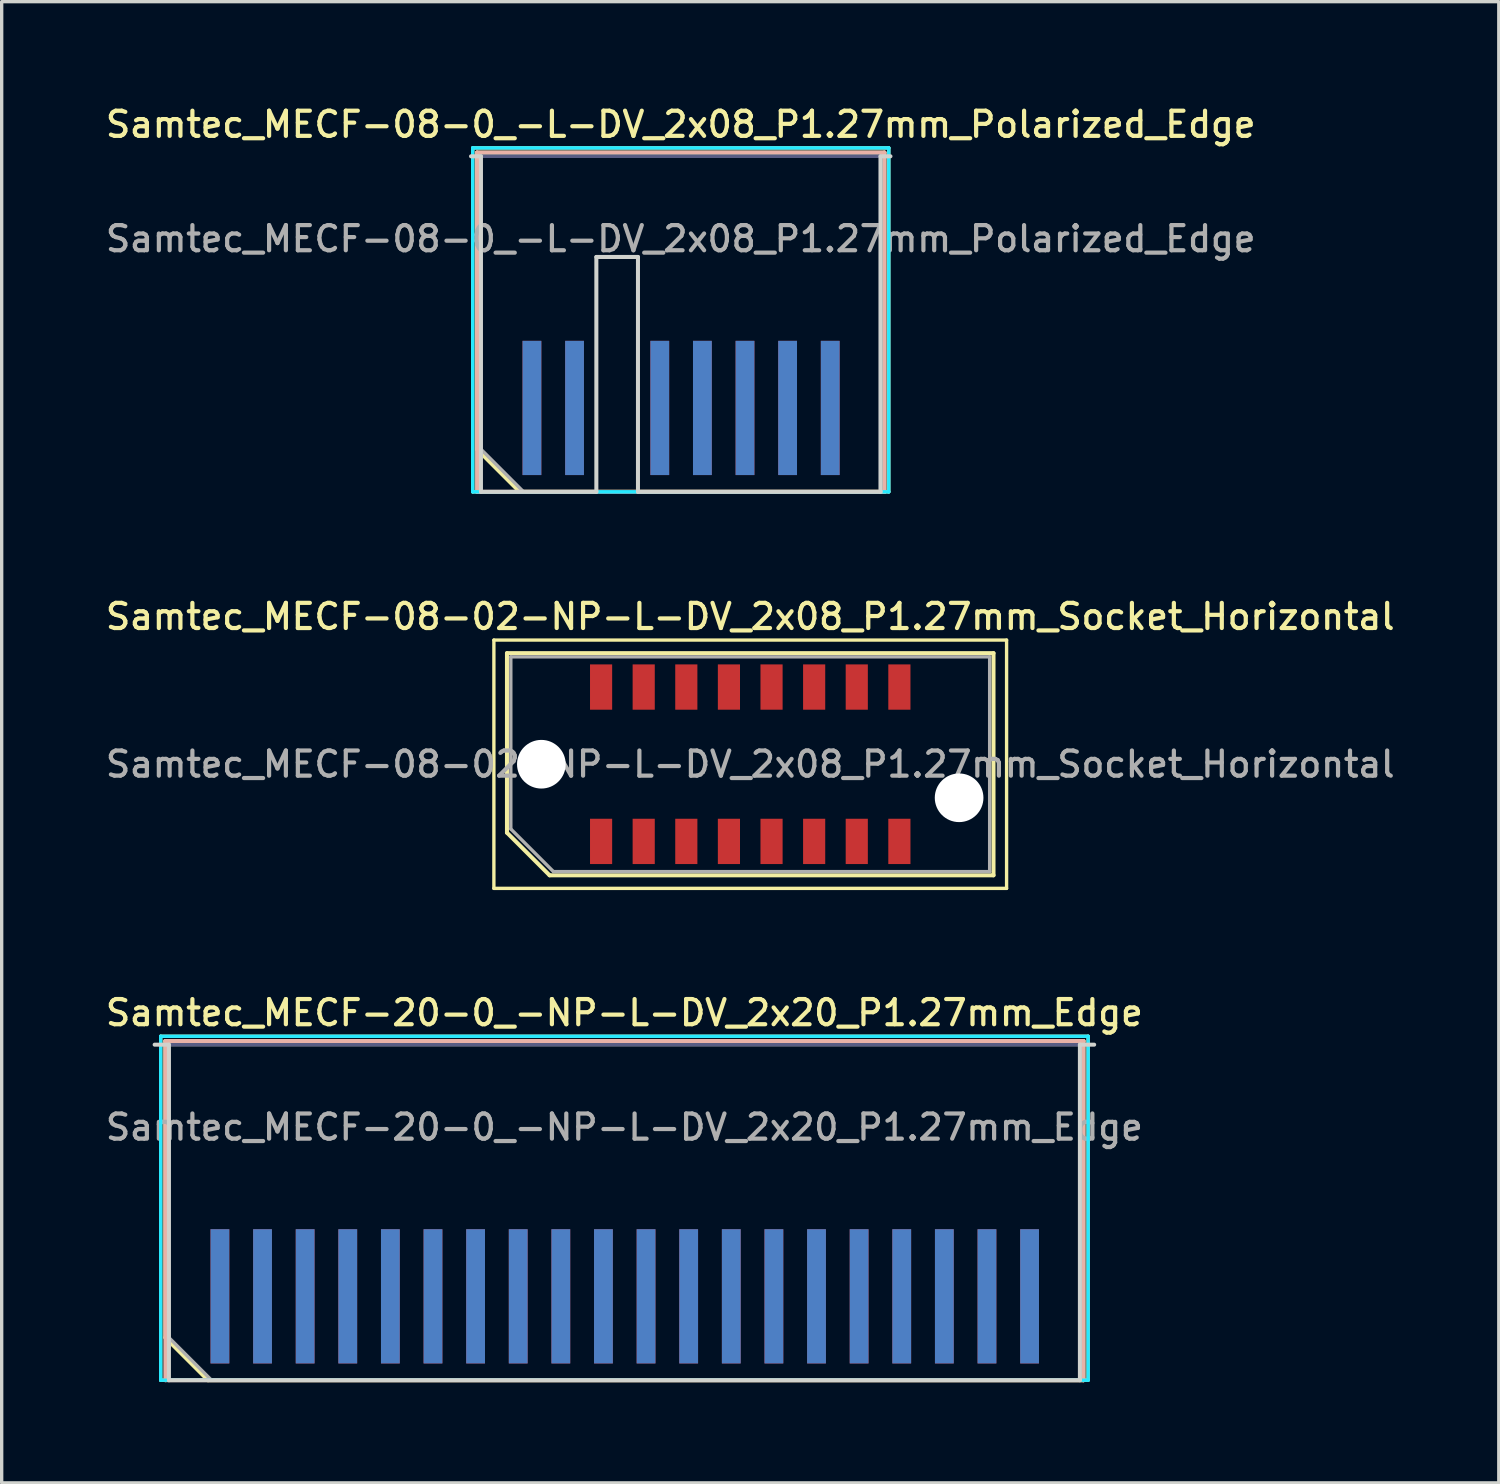
<source format=kicad_pcb>
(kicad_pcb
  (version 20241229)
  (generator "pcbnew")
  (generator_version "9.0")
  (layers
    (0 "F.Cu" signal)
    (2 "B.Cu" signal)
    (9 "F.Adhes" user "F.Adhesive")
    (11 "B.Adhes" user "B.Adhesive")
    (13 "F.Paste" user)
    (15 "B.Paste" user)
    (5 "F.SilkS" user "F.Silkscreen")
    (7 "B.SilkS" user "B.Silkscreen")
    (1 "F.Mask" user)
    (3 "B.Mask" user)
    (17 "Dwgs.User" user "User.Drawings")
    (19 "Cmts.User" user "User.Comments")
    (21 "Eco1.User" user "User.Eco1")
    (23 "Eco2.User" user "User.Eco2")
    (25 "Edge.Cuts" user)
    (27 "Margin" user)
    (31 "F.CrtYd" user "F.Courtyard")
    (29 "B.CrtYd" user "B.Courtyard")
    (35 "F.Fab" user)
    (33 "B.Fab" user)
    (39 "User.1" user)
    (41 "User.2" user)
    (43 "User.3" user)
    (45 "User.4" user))
  (footprint "Samtec_MECF-08-0_-L-DV_2x08_P1.27mm_Polarized_Edge"
    (layer "F.Cu")
    (at 17.238 6.608)
    (property "Reference" "Samtec_MECF-08-0_-L-DV_2x08_P1.27mm_Polarized_Edge" (at 0 -5.95 0) (layer "F.SilkS") (effects (font (size 0.75 0.75) (thickness 0.125))))
    (attr exclude_from_pos_files exclude_from_bom)
    (fp_line (start -6.2 -5.25) (end -6.2 5) (stroke (width 0.1) (type solid)) (layer "F.SilkS"))
    (fp_line (start -6.2 5) (end 6.2 5) (stroke (width 0.1) (type solid)) (layer "F.SilkS"))
    (fp_line (start -6.07 -5.11) (end 6.07 -5.11) (stroke (width 0.12) (type solid)) (layer "F.SilkS"))
    (fp_line (start -6.07 3.73) (end -6.07 -5.11) (stroke (width 0.12) (type solid)) (layer "F.SilkS"))
    (fp_line (start -4.8 5) (end -6.07 3.73) (stroke (width 0.12) (type solid)) (layer "F.SilkS"))
    (fp_line (start -4.8 5) (end 6.07 5) (stroke (width 0.12) (type solid)) (layer "F.SilkS"))
    (fp_line (start 6.07 5) (end 6.07 -5.11) (stroke (width 0.12) (type solid)) (layer "F.SilkS"))
    (fp_line (start 6.2 -5.25) (end -6.2 -5.25) (stroke (width 0.1) (type solid)) (layer "F.SilkS"))
    (fp_line (start 6.2 5) (end 6.2 -5.25) (stroke (width 0.1) (type solid)) (layer "F.SilkS"))
    (fp_line (start -6.07 -5.11) (end 6.07 -5.11) (stroke (width 0.12) (type solid)) (layer "B.SilkS"))
    (fp_line (start -6.07 5) (end -6.07 -5.11) (stroke (width 0.12) (type solid)) (layer "B.SilkS"))
    (fp_line (start -6.07 5) (end 6.07 5) (stroke (width 0.12) (type solid)) (layer "B.SilkS"))
    (fp_line (start 6.07 5) (end 6.07 -5.11) (stroke (width 0.12) (type solid)) (layer "B.SilkS"))
    (fp_line (start -6.25 -5) (end -5.955 -5) (stroke (width 0.12) (type solid)) (layer "Edge.Cuts"))
    (fp_line (start -5.955 5) (end -5.955 -5) (stroke (width 0.12) (type solid)) (layer "Edge.Cuts"))
    (fp_line (start -5.955 5) (end -2.515 5) (stroke (width 0.12) (type solid)) (layer "Edge.Cuts"))
    (fp_line (start -2.515 -2) (end -1.275 -2) (stroke (width 0.12) (type solid)) (layer "Edge.Cuts"))
    (fp_line (start -2.515 5) (end -2.515 -2) (stroke (width 0.12) (type solid)) (layer "Edge.Cuts"))
    (fp_line (start -1.275 5) (end -1.275 -2) (stroke (width 0.12) (type solid)) (layer "Edge.Cuts"))
    (fp_line (start -1.275 5) (end 5.955 5) (stroke (width 0.12) (type solid)) (layer "Edge.Cuts"))
    (fp_line (start 5.955 5) (end 5.955 -5) (stroke (width 0.12) (type solid)) (layer "Edge.Cuts"))
    (fp_line (start 6.25 -5) (end 5.955 -5) (stroke (width 0.12) (type solid)) (layer "Edge.Cuts"))
    (fp_line (start -6.2 -5.25) (end -6.2 5) (stroke (width 0.1) (type solid)) (layer "B.CrtYd"))
    (fp_line (start -6.2 5) (end 6.2 5) (stroke (width 0.1) (type solid)) (layer "B.CrtYd"))
    (fp_line (start 6.2 -5.25) (end -6.2 -5.25) (stroke (width 0.1) (type solid)) (layer "B.CrtYd"))
    (fp_line (start 6.2 5) (end 6.2 -5.25) (stroke (width 0.1) (type solid)) (layer "B.CrtYd"))
    (fp_line (start -5.955 -5) (end 5.955 -5) (stroke (width 0.1) (type solid)) (layer "B.Fab"))
    (fp_line (start -5.955 5) (end -5.955 -5) (stroke (width 0.1) (type solid)) (layer "B.Fab"))
    (fp_line (start -5.955 5) (end 5.955 5) (stroke (width 0.1) (type solid)) (layer "B.Fab"))
    (fp_line (start 5.955 5) (end 5.955 -5) (stroke (width 0.1) (type solid)) (layer "B.Fab"))
    (fp_line (start -5.955 -5) (end 5.955 -5) (stroke (width 0.1) (type solid)) (layer "F.Fab"))
    (fp_line (start -5.955 3.73) (end -5.955 -5) (stroke (width 0.1) (type solid)) (layer "F.Fab"))
    (fp_line (start -5.955 3.73) (end -4.685 5) (stroke (width 0.1) (type solid)) (layer "F.Fab"))
    (fp_line (start -4.685 5) (end 5.955 5) (stroke (width 0.1) (type solid)) (layer "F.Fab"))
    (fp_line (start 5.955 5) (end 5.955 -5) (stroke (width 0.1) (type solid)) (layer "F.Fab"))
    (fp_text user "${REFERENCE}" (at 0 -2.54 0) (layer "F.Fab") (effects (font (size 0.75 0.75) (thickness 0.125))))
    (pad "1" connect rect (at -4.435 2.5) (size 0.56 4) (layers "F.Cu" "F.Mask"))
    (pad "2" connect rect (at -4.435 2.5) (size 0.56 4) (layers "B.Cu" "B.Mask"))
    (pad "3" connect rect (at -3.165 2.5) (size 0.56 4) (layers "F.Cu" "F.Mask"))
    (pad "4" connect rect (at -3.165 2.5) (size 0.56 4) (layers "B.Cu" "B.Mask"))
    (pad "7" connect rect (at -0.625 2.5) (size 0.56 4) (layers "F.Cu" "F.Mask"))
    (pad "8" connect rect (at -0.625 2.5) (size 0.56 4) (layers "B.Cu" "B.Mask"))
    (pad "9" connect rect (at 0.645 2.5) (size 0.56 4) (layers "F.Cu" "F.Mask"))
    (pad "10" connect rect (at 0.645 2.5) (size 0.56 4) (layers "B.Cu" "B.Mask"))
    (pad "11" connect rect (at 1.915 2.5) (size 0.56 4) (layers "F.Cu" "F.Mask"))
    (pad "12" connect rect (at 1.915 2.5) (size 0.56 4) (layers "B.Cu" "B.Mask"))
    (pad "13" connect rect (at 3.185 2.5) (size 0.56 4) (layers "F.Cu" "F.Mask"))
    (pad "14" connect rect (at 3.185 2.5) (size 0.56 4) (layers "B.Cu" "B.Mask"))
    (pad "15" connect rect (at 4.455 2.5) (size 0.56 4) (layers "F.Cu" "F.Mask"))
    (pad "16" connect rect (at 4.455 2.5) (size 0.56 4) (layers "B.Cu" "B.Mask")))
  (footprint "Samtec_MECF-08-02-NP-L-DV_2x08_P1.27mm_Socket_Horizontal"
    (layer "F.Cu")
    (at 19.309 19.726)
    (property "Reference" "Samtec_MECF-08-02-NP-L-DV_2x08_P1.27mm_Socket_Horizontal" (at 0 -4.4 0) (layer "F.SilkS") (effects (font (size 0.75 0.75) (thickness 0.125))))
    (attr smd)
    (fp_line (start -7.64 -3.7) (end -7.64 3.7) (stroke (width 0.1) (type solid)) (layer "F.SilkS"))
    (fp_line (start -7.64 3.7) (end 7.64 3.7) (stroke (width 0.1) (type solid)) (layer "F.SilkS"))
    (fp_line (start -7.25 -3.31) (end 7.25 -3.31) (stroke (width 0.12) (type solid)) (layer "F.SilkS"))
    (fp_line (start -7.25 2.04) (end -7.25 -3.31) (stroke (width 0.12) (type solid)) (layer "F.SilkS"))
    (fp_line (start -5.98 3.31) (end -7.25 2.04) (stroke (width 0.12) (type solid)) (layer "F.SilkS"))
    (fp_line (start -5.98 3.31) (end 7.25 3.31) (stroke (width 0.12) (type solid)) (layer "F.SilkS"))
    (fp_line (start 7.25 3.31) (end 7.25 -3.31) (stroke (width 0.12) (type solid)) (layer "F.SilkS"))
    (fp_line (start 7.64 -3.7) (end -7.64 -3.7) (stroke (width 0.1) (type solid)) (layer "F.SilkS"))
    (fp_line (start 7.64 3.7) (end 7.64 -3.7) (stroke (width 0.1) (type solid)) (layer "F.SilkS"))
    (fp_line (start -7.135 -3.2) (end 7.135 -3.2) (stroke (width 0.1) (type solid)) (layer "F.Fab"))
    (fp_line (start -7.135 1.93) (end -7.135 -3.2) (stroke (width 0.1) (type solid)) (layer "F.Fab"))
    (fp_line (start -7.135 1.93) (end -5.865 3.2) (stroke (width 0.1) (type solid)) (layer "F.Fab"))
    (fp_line (start -5.865 3.2) (end 7.135 3.2) (stroke (width 0.1) (type solid)) (layer "F.Fab"))
    (fp_line (start 7.135 3.2) (end 7.135 -3.2) (stroke (width 0.1) (type solid)) (layer "F.Fab"))
    (fp_text user "${REFERENCE}" (at 0 0 0) (layer "F.Fab") (effects (font (size 0.75 0.75) (thickness 0.125))))
    (pad "" np_thru_hole circle (at -6.225 0) (size 1.45 1.45) (drill 1.45) (layers "*.Cu" "*.Mask"))
    (pad "" np_thru_hole circle (at 6.225 1) (size 1.45 1.45) (drill 1.45) (layers "*.Cu" "*.Mask"))
    (pad "1" smd rect (at -4.445 2.3) (size 0.66 1.35) (layers "F.Cu" "F.Mask" "F.Paste"))
    (pad "2" smd rect (at -4.445 -2.3) (size 0.66 1.35) (layers "F.Cu" "F.Mask" "F.Paste"))
    (pad "3" smd rect (at -3.175 2.3) (size 0.66 1.35) (layers "F.Cu" "F.Mask" "F.Paste"))
    (pad "4" smd rect (at -3.175 -2.3) (size 0.66 1.35) (layers "F.Cu" "F.Mask" "F.Paste"))
    (pad "5" smd rect (at -1.905 2.3) (size 0.66 1.35) (layers "F.Cu" "F.Mask" "F.Paste"))
    (pad "6" smd rect (at -1.905 -2.3) (size 0.66 1.35) (layers "F.Cu" "F.Mask" "F.Paste"))
    (pad "7" smd rect (at -0.635 2.3) (size 0.66 1.35) (layers "F.Cu" "F.Mask" "F.Paste"))
    (pad "8" smd rect (at -0.635 -2.3) (size 0.66 1.35) (layers "F.Cu" "F.Mask" "F.Paste"))
    (pad "9" smd rect (at 0.635 2.3) (size 0.66 1.35) (layers "F.Cu" "F.Mask" "F.Paste"))
    (pad "10" smd rect (at 0.635 -2.3) (size 0.66 1.35) (layers "F.Cu" "F.Mask" "F.Paste"))
    (pad "11" smd rect (at 1.905 2.3) (size 0.66 1.35) (layers "F.Cu" "F.Mask" "F.Paste"))
    (pad "12" smd rect (at 1.905 -2.3) (size 0.66 1.35) (layers "F.Cu" "F.Mask" "F.Paste"))
    (pad "13" smd rect (at 3.175 2.3) (size 0.66 1.35) (layers "F.Cu" "F.Mask" "F.Paste"))
    (pad "14" smd rect (at 3.175 -2.3) (size 0.66 1.35) (layers "F.Cu" "F.Mask" "F.Paste"))
    (pad "15" smd rect (at 4.445 2.3) (size 0.66 1.35) (layers "F.Cu" "F.Mask" "F.Paste"))
    (pad "16" smd rect (at 4.445 -2.3) (size 0.66 1.35) (layers "F.Cu" "F.Mask" "F.Paste")))
  (footprint "Samtec_MECF-20-0_-NP-L-DV_2x20_P1.27mm_Edge"
    (layer "F.Cu")
    (at 15.559 33.084)
    (property "Reference" "Samtec_MECF-20-0_-NP-L-DV_2x20_P1.27mm_Edge" (at 0 -5.95 0) (layer "F.SilkS") (effects (font (size 0.75 0.75) (thickness 0.125))))
    (attr exclude_from_pos_files exclude_from_bom)
    (fp_line (start -13.82 -5.25) (end -13.82 5) (stroke (width 0.1) (type solid)) (layer "F.SilkS"))
    (fp_line (start -13.82 5) (end 13.82 5) (stroke (width 0.1) (type solid)) (layer "F.SilkS"))
    (fp_line (start -13.68 -5.11) (end 13.68 -5.11) (stroke (width 0.12) (type solid)) (layer "F.SilkS"))
    (fp_line (start -13.68 3.73) (end -13.68 -5.11) (stroke (width 0.12) (type solid)) (layer "F.SilkS"))
    (fp_line (start -12.41 5) (end -13.68 3.73) (stroke (width 0.12) (type solid)) (layer "F.SilkS"))
    (fp_line (start -12.41 5) (end 13.68 5) (stroke (width 0.12) (type solid)) (layer "F.SilkS"))
    (fp_line (start 13.68 5) (end 13.68 -5.11) (stroke (width 0.12) (type solid)) (layer "F.SilkS"))
    (fp_line (start 13.82 -5.25) (end -13.82 -5.25) (stroke (width 0.1) (type solid)) (layer "F.SilkS"))
    (fp_line (start 13.82 5) (end 13.82 -5.25) (stroke (width 0.1) (type solid)) (layer "F.SilkS"))
    (fp_line (start -13.68 -5.11) (end 13.68 -5.11) (stroke (width 0.12) (type solid)) (layer "B.SilkS"))
    (fp_line (start -13.68 5) (end -13.68 -5.11) (stroke (width 0.12) (type solid)) (layer "B.SilkS"))
    (fp_line (start -13.68 5) (end 13.68 5) (stroke (width 0.12) (type solid)) (layer "B.SilkS"))
    (fp_line (start 13.68 5) (end 13.68 -5.11) (stroke (width 0.12) (type solid)) (layer "B.SilkS"))
    (fp_line (start -14 -5) (end -13.575 -5) (stroke (width 0.12) (type solid)) (layer "Edge.Cuts"))
    (fp_line (start -13.575 5) (end -13.575 -5) (stroke (width 0.12) (type solid)) (layer "Edge.Cuts"))
    (fp_line (start -13.575 5) (end 13.575 5) (stroke (width 0.12) (type solid)) (layer "Edge.Cuts"))
    (fp_line (start 13.575 5) (end 13.575 -5) (stroke (width 0.12) (type solid)) (layer "Edge.Cuts"))
    (fp_line (start 14 -5) (end 13.575 -5) (stroke (width 0.12) (type solid)) (layer "Edge.Cuts"))
    (fp_line (start -13.82 -5.25) (end -13.82 5) (stroke (width 0.1) (type solid)) (layer "B.CrtYd"))
    (fp_line (start -13.82 5) (end 13.82 5) (stroke (width 0.1) (type solid)) (layer "B.CrtYd"))
    (fp_line (start 13.82 -5.25) (end -13.82 -5.25) (stroke (width 0.1) (type solid)) (layer "B.CrtYd"))
    (fp_line (start 13.82 5) (end 13.82 -5.25) (stroke (width 0.1) (type solid)) (layer "B.CrtYd"))
    (fp_line (start -13.575 -5) (end 13.575 -5) (stroke (width 0.1) (type solid)) (layer "B.Fab"))
    (fp_line (start -13.575 5) (end -13.575 -5) (stroke (width 0.1) (type solid)) (layer "B.Fab"))
    (fp_line (start -13.575 5) (end 13.575 5) (stroke (width 0.1) (type solid)) (layer "B.Fab"))
    (fp_line (start 13.575 5) (end 13.575 -5) (stroke (width 0.1) (type solid)) (layer "B.Fab"))
    (fp_line (start -13.575 -5) (end 13.575 -5) (stroke (width 0.1) (type solid)) (layer "F.Fab"))
    (fp_line (start -13.575 3.73) (end -13.575 -5) (stroke (width 0.1) (type solid)) (layer "F.Fab"))
    (fp_line (start -13.575 3.73) (end -12.305 5) (stroke (width 0.1) (type solid)) (layer "F.Fab"))
    (fp_line (start -12.305 5) (end 13.575 5) (stroke (width 0.1) (type solid)) (layer "F.Fab"))
    (fp_line (start 13.575 5) (end 13.575 -5) (stroke (width 0.1) (type solid)) (layer "F.Fab"))
    (fp_text user "${REFERENCE}" (at 0 -2.54 0) (layer "F.Fab") (effects (font (size 0.75 0.75) (thickness 0.125))))
    (pad "1" connect rect (at -12.055 2.5) (size 0.56 4) (layers "F.Cu" "F.Mask"))
    (pad "2" connect rect (at -12.055 2.5) (size 0.56 4) (layers "B.Cu" "B.Mask"))
    (pad "3" connect rect (at -10.785 2.5) (size 0.56 4) (layers "F.Cu" "F.Mask"))
    (pad "4" connect rect (at -10.785 2.5) (size 0.56 4) (layers "B.Cu" "B.Mask"))
    (pad "5" connect rect (at -9.515 2.5) (size 0.56 4) (layers "F.Cu" "F.Mask"))
    (pad "6" connect rect (at -9.515 2.5) (size 0.56 4) (layers "B.Cu" "B.Mask"))
    (pad "7" connect rect (at -8.245 2.5) (size 0.56 4) (layers "F.Cu" "F.Mask"))
    (pad "8" connect rect (at -8.245 2.5) (size 0.56 4) (layers "B.Cu" "B.Mask"))
    (pad "9" connect rect (at -6.975 2.5) (size 0.56 4) (layers "F.Cu" "F.Mask"))
    (pad "10" connect rect (at -6.975 2.5) (size 0.56 4) (layers "B.Cu" "B.Mask"))
    (pad "11" connect rect (at -5.705 2.5) (size 0.56 4) (layers "F.Cu" "F.Mask"))
    (pad "12" connect rect (at -5.705 2.5) (size 0.56 4) (layers "B.Cu" "B.Mask"))
    (pad "13" connect rect (at -4.435 2.5) (size 0.56 4) (layers "F.Cu" "F.Mask"))
    (pad "14" connect rect (at -4.435 2.5) (size 0.56 4) (layers "B.Cu" "B.Mask"))
    (pad "15" connect rect (at -3.165 2.5) (size 0.56 4) (layers "F.Cu" "F.Mask"))
    (pad "16" connect rect (at -3.165 2.5) (size 0.56 4) (layers "B.Cu" "B.Mask"))
    (pad "17" connect rect (at -1.895 2.5) (size 0.56 4) (layers "F.Cu" "F.Mask"))
    (pad "18" connect rect (at -1.895 2.5) (size 0.56 4) (layers "B.Cu" "B.Mask"))
    (pad "19" connect rect (at -0.625 2.5) (size 0.56 4) (layers "F.Cu" "F.Mask"))
    (pad "20" connect rect (at -0.625 2.5) (size 0.56 4) (layers "B.Cu" "B.Mask"))
    (pad "21" connect rect (at 0.645 2.5) (size 0.56 4) (layers "F.Cu" "F.Mask"))
    (pad "22" connect rect (at 0.645 2.5) (size 0.56 4) (layers "B.Cu" "B.Mask"))
    (pad "23" connect rect (at 1.915 2.5) (size 0.56 4) (layers "F.Cu" "F.Mask"))
    (pad "24" connect rect (at 1.915 2.5) (size 0.56 4) (layers "B.Cu" "B.Mask"))
    (pad "25" connect rect (at 3.185 2.5) (size 0.56 4) (layers "F.Cu" "F.Mask"))
    (pad "26" connect rect (at 3.185 2.5) (size 0.56 4) (layers "B.Cu" "B.Mask"))
    (pad "27" connect rect (at 4.455 2.5) (size 0.56 4) (layers "F.Cu" "F.Mask"))
    (pad "28" connect rect (at 4.455 2.5) (size 0.56 4) (layers "B.Cu" "B.Mask"))
    (pad "29" connect rect (at 5.725 2.5) (size 0.56 4) (layers "F.Cu" "F.Mask"))
    (pad "30" connect rect (at 5.725 2.5) (size 0.56 4) (layers "B.Cu" "B.Mask"))
    (pad "31" connect rect (at 6.995 2.5) (size 0.56 4) (layers "F.Cu" "F.Mask"))
    (pad "32" connect rect (at 6.995 2.5) (size 0.56 4) (layers "B.Cu" "B.Mask"))
    (pad "33" connect rect (at 8.265 2.5) (size 0.56 4) (layers "F.Cu" "F.Mask"))
    (pad "34" connect rect (at 8.265 2.5) (size 0.56 4) (layers "B.Cu" "B.Mask"))
    (pad "35" connect rect (at 9.535 2.5) (size 0.56 4) (layers "F.Cu" "F.Mask"))
    (pad "36" connect rect (at 9.535 2.5) (size 0.56 4) (layers "B.Cu" "B.Mask"))
    (pad "37" connect rect (at 10.805 2.5) (size 0.56 4) (layers "F.Cu" "F.Mask"))
    (pad "38" connect rect (at 10.805 2.5) (size 0.56 4) (layers "B.Cu" "B.Mask"))
    (pad "39" connect rect (at 12.075 2.5) (size 0.56 4) (layers "F.Cu" "F.Mask"))
    (pad "40" connect rect (at 12.075 2.5) (size 0.56 4) (layers "B.Cu" "B.Mask")))
  (gr_rect
    (start -3 -3)
    (end 41.618 41.144)
    (stroke (width 0.1) (type default))
    (fill no)
    (layer "Edge.Cuts")))
</source>
